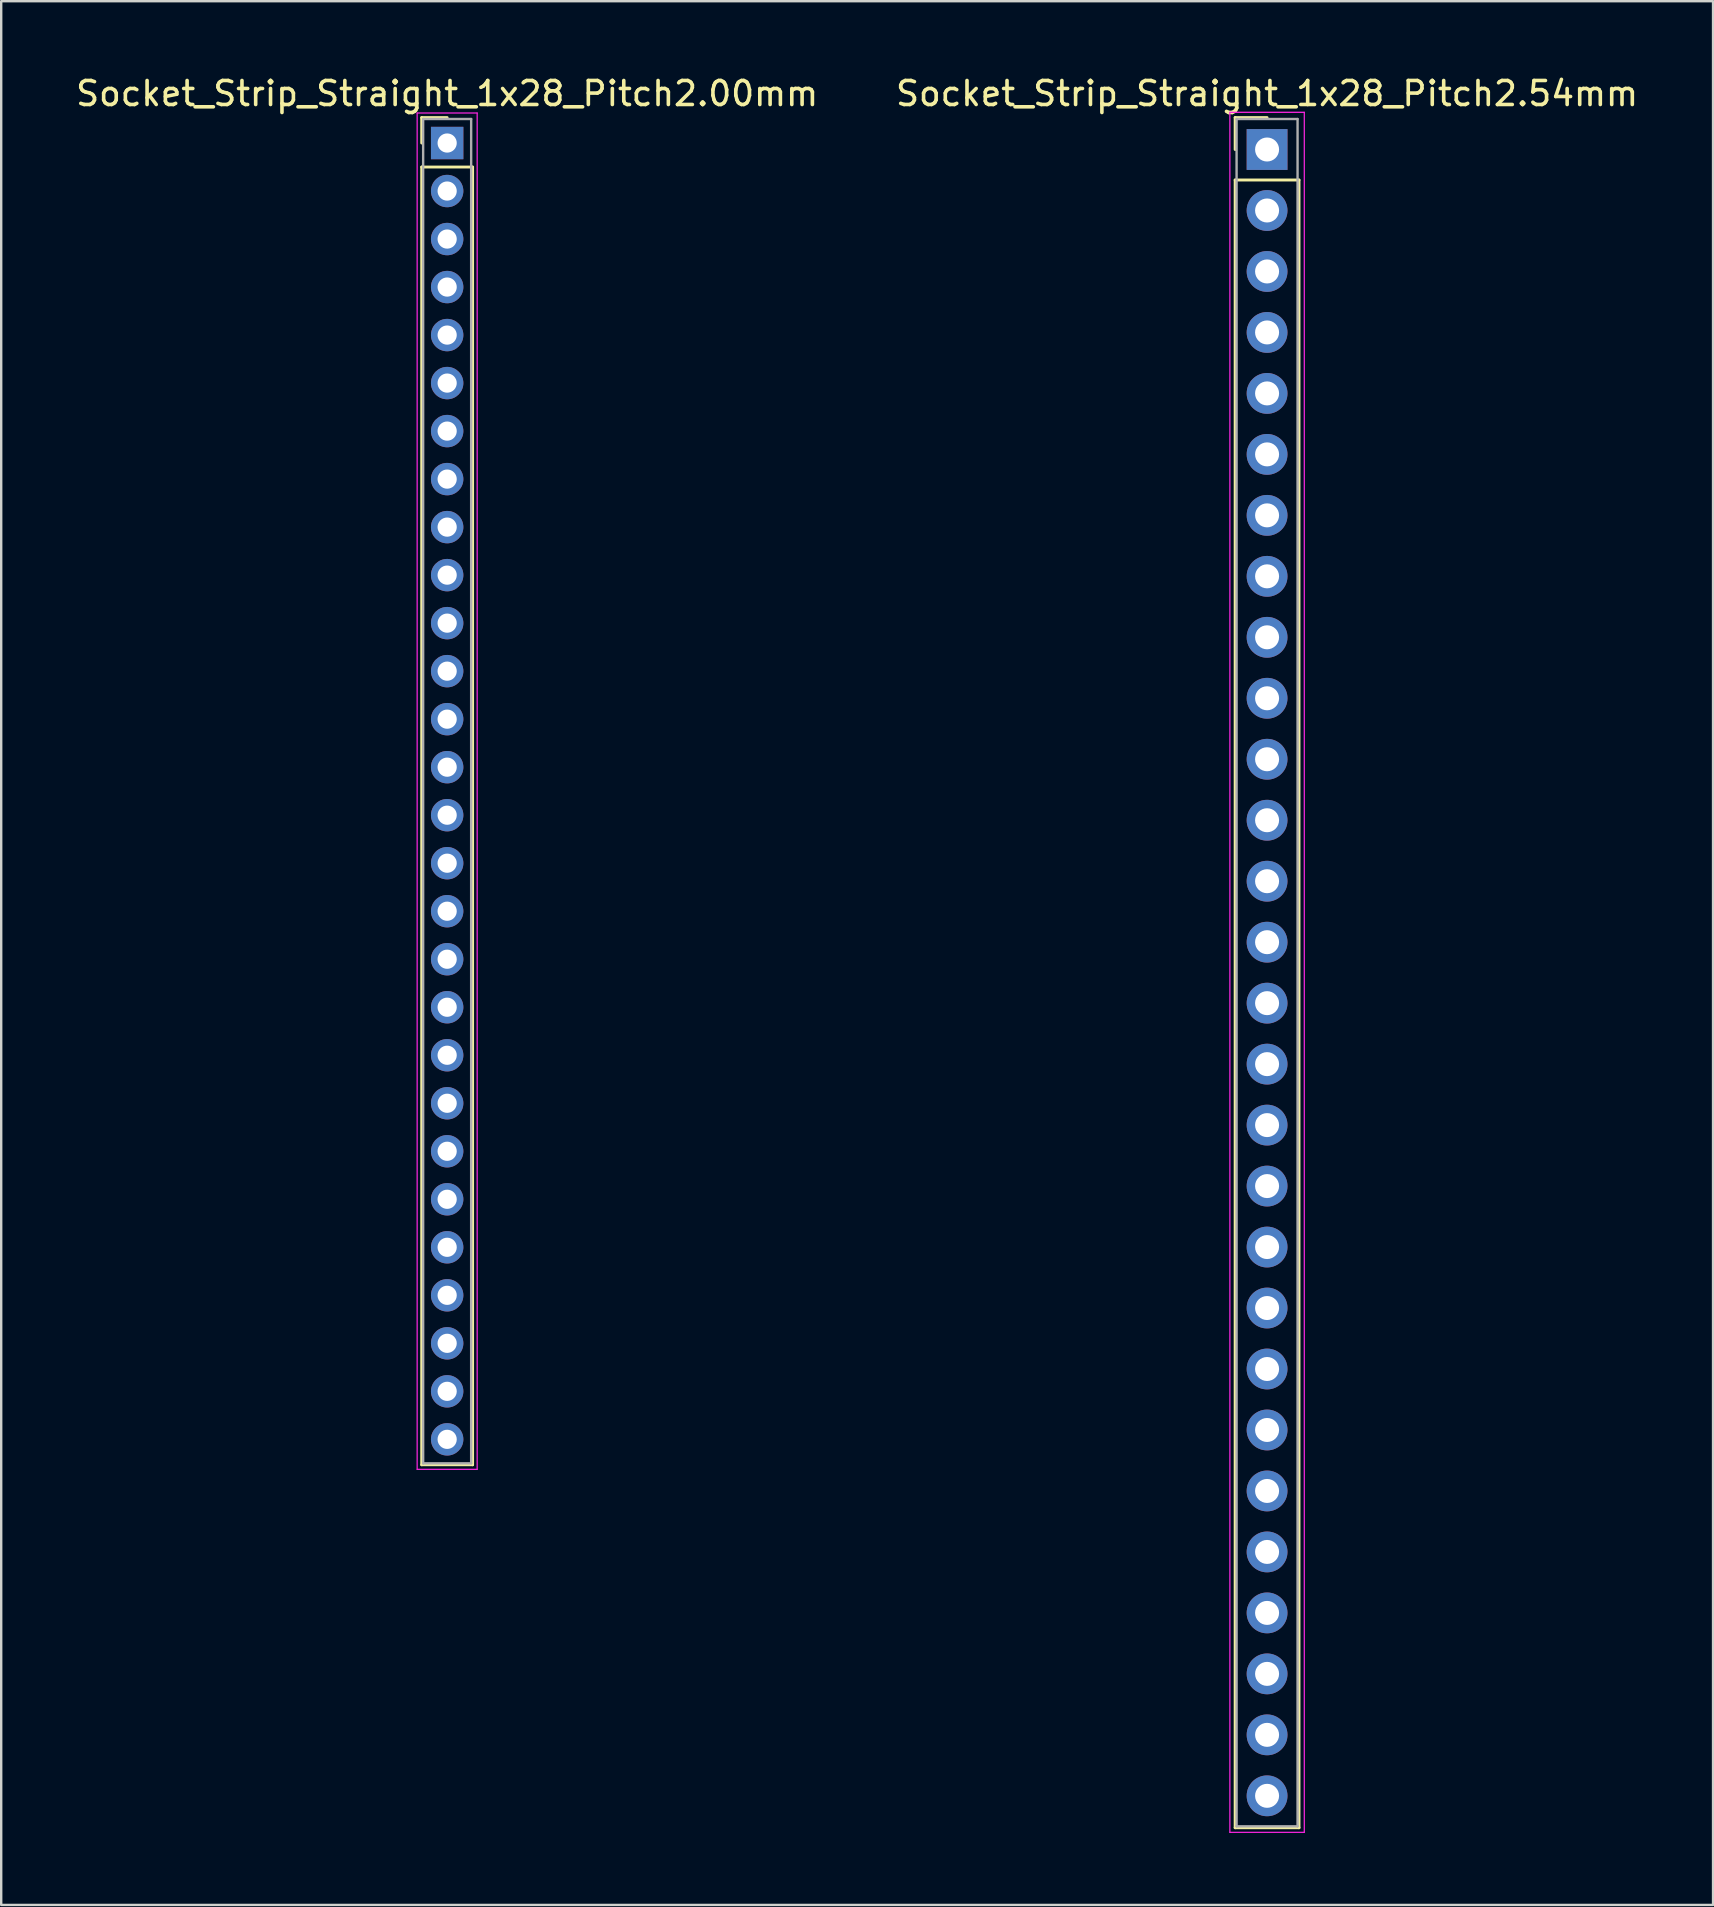
<source format=kicad_pcb>
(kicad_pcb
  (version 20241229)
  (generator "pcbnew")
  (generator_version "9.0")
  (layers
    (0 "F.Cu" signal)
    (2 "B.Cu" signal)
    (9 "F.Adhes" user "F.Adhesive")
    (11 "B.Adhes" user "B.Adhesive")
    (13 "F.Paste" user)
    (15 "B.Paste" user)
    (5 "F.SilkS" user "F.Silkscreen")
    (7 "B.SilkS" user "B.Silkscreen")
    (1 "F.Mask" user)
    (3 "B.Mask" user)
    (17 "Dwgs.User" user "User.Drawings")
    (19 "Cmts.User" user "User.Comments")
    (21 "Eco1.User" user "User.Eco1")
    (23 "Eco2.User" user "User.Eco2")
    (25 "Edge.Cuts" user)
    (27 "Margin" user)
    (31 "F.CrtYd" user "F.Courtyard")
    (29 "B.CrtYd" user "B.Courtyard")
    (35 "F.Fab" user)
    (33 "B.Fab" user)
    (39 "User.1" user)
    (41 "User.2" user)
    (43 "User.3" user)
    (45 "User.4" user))
  (footprint "Socket_Strip_Straight_1x28_Pitch2.00mm"
    (layer "F.Cu")
    (at 15.577 2.908)
    (property "Reference" "Socket_Strip_Straight_1x28_Pitch2.00mm" (at 0 -2.06 0) (layer "F.SilkS") (effects (font (size 1 1) (thickness 0.15))))
    (attr through_hole)
    (fp_line (start -1.06 -1.06) (end 0 -1.06) (stroke (width 0.12) (type solid)) (layer "F.SilkS"))
    (fp_line (start -1.06 0) (end -1.06 -1.06) (stroke (width 0.12) (type solid)) (layer "F.SilkS"))
    (fp_line (start -1.06 1) (end -1.06 55.06) (stroke (width 0.12) (type solid)) (layer "F.SilkS"))
    (fp_line (start -1.06 55.06) (end 1.06 55.06) (stroke (width 0.12) (type solid)) (layer "F.SilkS"))
    (fp_line (start 1.06 1) (end -1.06 1) (stroke (width 0.12) (type solid)) (layer "F.SilkS"))
    (fp_line (start 1.06 55.06) (end 1.06 1) (stroke (width 0.12) (type solid)) (layer "F.SilkS"))
    (fp_line (start -1.25 -1.25) (end -1.25 55.25) (stroke (width 0.05) (type solid)) (layer "F.CrtYd"))
    (fp_line (start -1.25 55.25) (end 1.25 55.25) (stroke (width 0.05) (type solid)) (layer "F.CrtYd"))
    (fp_line (start 1.25 -1.25) (end -1.25 -1.25) (stroke (width 0.05) (type solid)) (layer "F.CrtYd"))
    (fp_line (start 1.25 55.25) (end 1.25 -1.25) (stroke (width 0.05) (type solid)) (layer "F.CrtYd"))
    (fp_line (start -1 -1) (end -1 55) (stroke (width 0.1) (type solid)) (layer "F.Fab"))
    (fp_line (start -1 55) (end 1 55) (stroke (width 0.1) (type solid)) (layer "F.Fab"))
    (fp_line (start 1 -1) (end -1 -1) (stroke (width 0.1) (type solid)) (layer "F.Fab"))
    (fp_line (start 1 55) (end 1 -1) (stroke (width 0.1) (type solid)) (layer "F.Fab"))
    (pad "1" thru_hole rect (at 0 0) (size 1.35 1.35) (drill 0.8) (layers "*.Cu" "*.Mask"))
    (pad "2" thru_hole oval (at 0 2) (size 1.35 1.35) (drill 0.8) (layers "*.Cu" "*.Mask"))
    (pad "3" thru_hole oval (at 0 4) (size 1.35 1.35) (drill 0.8) (layers "*.Cu" "*.Mask"))
    (pad "4" thru_hole oval (at 0 6) (size 1.35 1.35) (drill 0.8) (layers "*.Cu" "*.Mask"))
    (pad "5" thru_hole oval (at 0 8) (size 1.35 1.35) (drill 0.8) (layers "*.Cu" "*.Mask"))
    (pad "6" thru_hole oval (at 0 10) (size 1.35 1.35) (drill 0.8) (layers "*.Cu" "*.Mask"))
    (pad "7" thru_hole oval (at 0 12) (size 1.35 1.35) (drill 0.8) (layers "*.Cu" "*.Mask"))
    (pad "8" thru_hole oval (at 0 14) (size 1.35 1.35) (drill 0.8) (layers "*.Cu" "*.Mask"))
    (pad "9" thru_hole oval (at 0 16) (size 1.35 1.35) (drill 0.8) (layers "*.Cu" "*.Mask"))
    (pad "10" thru_hole oval (at 0 18) (size 1.35 1.35) (drill 0.8) (layers "*.Cu" "*.Mask"))
    (pad "11" thru_hole oval (at 0 20) (size 1.35 1.35) (drill 0.8) (layers "*.Cu" "*.Mask"))
    (pad "12" thru_hole oval (at 0 22) (size 1.35 1.35) (drill 0.8) (layers "*.Cu" "*.Mask"))
    (pad "13" thru_hole oval (at 0 24) (size 1.35 1.35) (drill 0.8) (layers "*.Cu" "*.Mask"))
    (pad "14" thru_hole oval (at 0 26) (size 1.35 1.35) (drill 0.8) (layers "*.Cu" "*.Mask"))
    (pad "15" thru_hole oval (at 0 28) (size 1.35 1.35) (drill 0.8) (layers "*.Cu" "*.Mask"))
    (pad "16" thru_hole oval (at 0 30) (size 1.35 1.35) (drill 0.8) (layers "*.Cu" "*.Mask"))
    (pad "17" thru_hole oval (at 0 32) (size 1.35 1.35) (drill 0.8) (layers "*.Cu" "*.Mask"))
    (pad "18" thru_hole oval (at 0 34) (size 1.35 1.35) (drill 0.8) (layers "*.Cu" "*.Mask"))
    (pad "19" thru_hole oval (at 0 36) (size 1.35 1.35) (drill 0.8) (layers "*.Cu" "*.Mask"))
    (pad "20" thru_hole oval (at 0 38) (size 1.35 1.35) (drill 0.8) (layers "*.Cu" "*.Mask"))
    (pad "21" thru_hole oval (at 0 40) (size 1.35 1.35) (drill 0.8) (layers "*.Cu" "*.Mask"))
    (pad "22" thru_hole oval (at 0 42) (size 1.35 1.35) (drill 0.8) (layers "*.Cu" "*.Mask"))
    (pad "23" thru_hole oval (at 0 44) (size 1.35 1.35) (drill 0.8) (layers "*.Cu" "*.Mask"))
    (pad "24" thru_hole oval (at 0 46) (size 1.35 1.35) (drill 0.8) (layers "*.Cu" "*.Mask"))
    (pad "25" thru_hole oval (at 0 48) (size 1.35 1.35) (drill 0.8) (layers "*.Cu" "*.Mask"))
    (pad "26" thru_hole oval (at 0 50) (size 1.35 1.35) (drill 0.8) (layers "*.Cu" "*.Mask"))
    (pad "27" thru_hole oval (at 0 52) (size 1.35 1.35) (drill 0.8) (layers "*.Cu" "*.Mask"))
    (pad "28" thru_hole oval (at 0 54) (size 1.35 1.35) (drill 0.8) (layers "*.Cu" "*.Mask")))
  (footprint "Socket_Strip_Straight_1x28_Pitch2.54mm"
    (layer "F.Cu")
    (at 49.732 3.178)
    (property "Reference" "Socket_Strip_Straight_1x28_Pitch2.54mm" (at 0 -2.33 0) (layer "F.SilkS") (effects (font (size 1 1) (thickness 0.15))))
    (attr through_hole)
    (fp_line (start -1.33 -1.33) (end 0 -1.33) (stroke (width 0.12) (type solid)) (layer "F.SilkS"))
    (fp_line (start -1.33 0) (end -1.33 -1.33) (stroke (width 0.12) (type solid)) (layer "F.SilkS"))
    (fp_line (start -1.33 1.27) (end -1.33 69.91) (stroke (width 0.12) (type solid)) (layer "F.SilkS"))
    (fp_line (start -1.33 69.91) (end 1.33 69.91) (stroke (width 0.12) (type solid)) (layer "F.SilkS"))
    (fp_line (start 1.33 1.27) (end -1.33 1.27) (stroke (width 0.12) (type solid)) (layer "F.SilkS"))
    (fp_line (start 1.33 69.91) (end 1.33 1.27) (stroke (width 0.12) (type solid)) (layer "F.SilkS"))
    (fp_line (start -1.55 -1.55) (end -1.55 70.1) (stroke (width 0.05) (type solid)) (layer "F.CrtYd"))
    (fp_line (start -1.55 70.1) (end 1.55 70.1) (stroke (width 0.05) (type solid)) (layer "F.CrtYd"))
    (fp_line (start 1.55 -1.55) (end -1.55 -1.55) (stroke (width 0.05) (type solid)) (layer "F.CrtYd"))
    (fp_line (start 1.55 70.1) (end 1.55 -1.55) (stroke (width 0.05) (type solid)) (layer "F.CrtYd"))
    (fp_line (start -1.27 -1.27) (end -1.27 69.85) (stroke (width 0.1) (type solid)) (layer "F.Fab"))
    (fp_line (start -1.27 69.85) (end 1.27 69.85) (stroke (width 0.1) (type solid)) (layer "F.Fab"))
    (fp_line (start 1.27 -1.27) (end -1.27 -1.27) (stroke (width 0.1) (type solid)) (layer "F.Fab"))
    (fp_line (start 1.27 69.85) (end 1.27 -1.27) (stroke (width 0.1) (type solid)) (layer "F.Fab"))
    (pad "1" thru_hole rect (at 0 0) (size 1.7 1.7) (drill 1) (layers "*.Cu" "*.Mask"))
    (pad "2" thru_hole oval (at 0 2.54) (size 1.7 1.7) (drill 1) (layers "*.Cu" "*.Mask"))
    (pad "3" thru_hole oval (at 0 5.08) (size 1.7 1.7) (drill 1) (layers "*.Cu" "*.Mask"))
    (pad "4" thru_hole oval (at 0 7.62) (size 1.7 1.7) (drill 1) (layers "*.Cu" "*.Mask"))
    (pad "5" thru_hole oval (at 0 10.16) (size 1.7 1.7) (drill 1) (layers "*.Cu" "*.Mask"))
    (pad "6" thru_hole oval (at 0 12.7) (size 1.7 1.7) (drill 1) (layers "*.Cu" "*.Mask"))
    (pad "7" thru_hole oval (at 0 15.24) (size 1.7 1.7) (drill 1) (layers "*.Cu" "*.Mask"))
    (pad "8" thru_hole oval (at 0 17.78) (size 1.7 1.7) (drill 1) (layers "*.Cu" "*.Mask"))
    (pad "9" thru_hole oval (at 0 20.32) (size 1.7 1.7) (drill 1) (layers "*.Cu" "*.Mask"))
    (pad "10" thru_hole oval (at 0 22.86) (size 1.7 1.7) (drill 1) (layers "*.Cu" "*.Mask"))
    (pad "11" thru_hole oval (at 0 25.4) (size 1.7 1.7) (drill 1) (layers "*.Cu" "*.Mask"))
    (pad "12" thru_hole oval (at 0 27.94) (size 1.7 1.7) (drill 1) (layers "*.Cu" "*.Mask"))
    (pad "13" thru_hole oval (at 0 30.48) (size 1.7 1.7) (drill 1) (layers "*.Cu" "*.Mask"))
    (pad "14" thru_hole oval (at 0 33.02) (size 1.7 1.7) (drill 1) (layers "*.Cu" "*.Mask"))
    (pad "15" thru_hole oval (at 0 35.56) (size 1.7 1.7) (drill 1) (layers "*.Cu" "*.Mask"))
    (pad "16" thru_hole oval (at 0 38.1) (size 1.7 1.7) (drill 1) (layers "*.Cu" "*.Mask"))
    (pad "17" thru_hole oval (at 0 40.64) (size 1.7 1.7) (drill 1) (layers "*.Cu" "*.Mask"))
    (pad "18" thru_hole oval (at 0 43.18) (size 1.7 1.7) (drill 1) (layers "*.Cu" "*.Mask"))
    (pad "19" thru_hole oval (at 0 45.72) (size 1.7 1.7) (drill 1) (layers "*.Cu" "*.Mask"))
    (pad "20" thru_hole oval (at 0 48.26) (size 1.7 1.7) (drill 1) (layers "*.Cu" "*.Mask"))
    (pad "21" thru_hole oval (at 0 50.8) (size 1.7 1.7) (drill 1) (layers "*.Cu" "*.Mask"))
    (pad "22" thru_hole oval (at 0 53.34) (size 1.7 1.7) (drill 1) (layers "*.Cu" "*.Mask"))
    (pad "23" thru_hole oval (at 0 55.88) (size 1.7 1.7) (drill 1) (layers "*.Cu" "*.Mask"))
    (pad "24" thru_hole oval (at 0 58.42) (size 1.7 1.7) (drill 1) (layers "*.Cu" "*.Mask"))
    (pad "25" thru_hole oval (at 0 60.96) (size 1.7 1.7) (drill 1) (layers "*.Cu" "*.Mask"))
    (pad "26" thru_hole oval (at 0 63.5) (size 1.7 1.7) (drill 1) (layers "*.Cu" "*.Mask"))
    (pad "27" thru_hole oval (at 0 66.04) (size 1.7 1.7) (drill 1) (layers "*.Cu" "*.Mask"))
    (pad "28" thru_hole oval (at 0 68.58) (size 1.7 1.7) (drill 1) (layers "*.Cu" "*.Mask")))
  (gr_rect
    (start -3 -3)
    (end 68.31 76.303)
    (stroke (width 0.1) (type default))
    (fill no)
    (layer "Edge.Cuts")))
</source>
